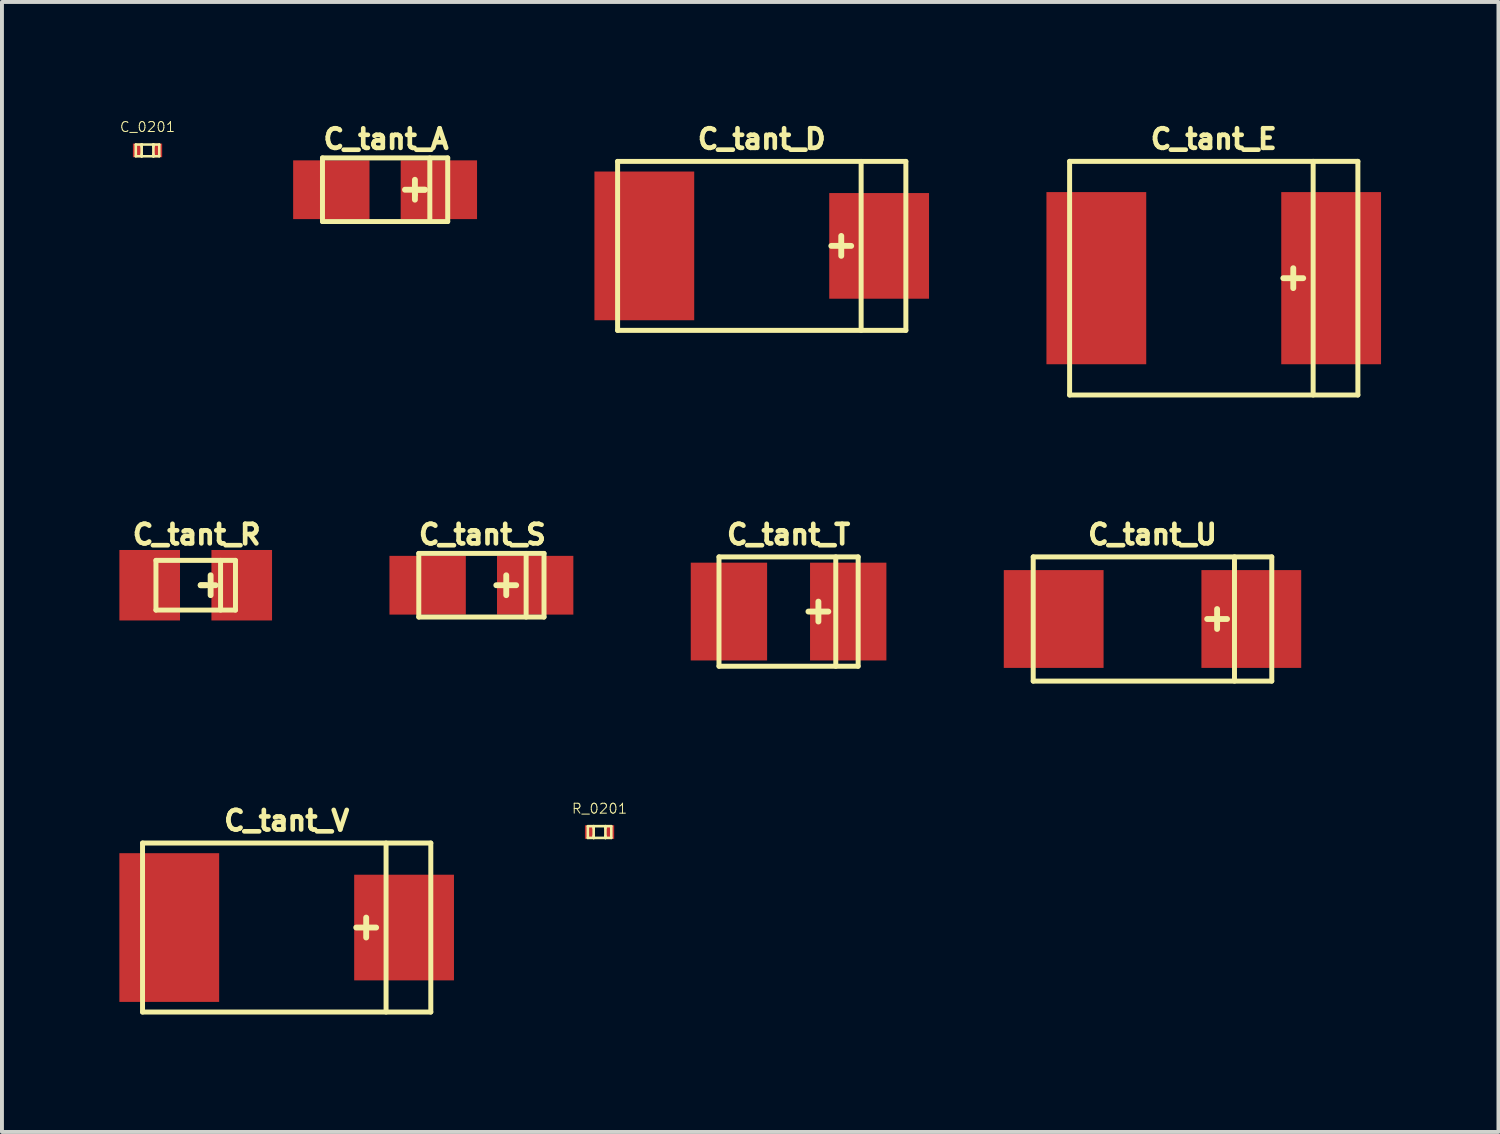
<source format=kicad_pcb>
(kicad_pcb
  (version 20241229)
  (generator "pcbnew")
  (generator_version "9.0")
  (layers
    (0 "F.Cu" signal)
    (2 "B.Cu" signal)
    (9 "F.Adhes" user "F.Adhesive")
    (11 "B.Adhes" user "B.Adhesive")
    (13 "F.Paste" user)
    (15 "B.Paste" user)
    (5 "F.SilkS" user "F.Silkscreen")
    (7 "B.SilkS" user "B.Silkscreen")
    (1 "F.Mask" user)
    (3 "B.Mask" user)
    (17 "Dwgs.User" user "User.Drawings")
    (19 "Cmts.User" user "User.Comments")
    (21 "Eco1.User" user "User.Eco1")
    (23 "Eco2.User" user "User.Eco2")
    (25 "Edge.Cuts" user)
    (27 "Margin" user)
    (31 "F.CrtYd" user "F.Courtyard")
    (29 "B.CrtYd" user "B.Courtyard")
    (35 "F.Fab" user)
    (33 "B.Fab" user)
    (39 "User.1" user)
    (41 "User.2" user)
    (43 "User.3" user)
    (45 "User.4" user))
  (footprint "C_tant_V"
    (layer "F.Cu")
    (at 4.275 20.651)
    (property "Reference" "C_tant_V" (at 0 -2.731 0) (layer "F.SilkS") (effects (font (size 0.5 0.5) (thickness 0.119))))
    (attr through_hole)
    (fp_line (start -3.683 -2.159) (end -3.683 2.159) (stroke (width 0.127) (type solid)) (layer "F.SilkS"))
    (fp_line (start -3.683 2.159) (end 3.683 2.159) (stroke (width 0.127) (type solid)) (layer "F.SilkS"))
    (fp_line (start 2.032 -0.254) (end 2.032 0.254) (stroke (width 0.15) (type solid)) (layer "F.SilkS"))
    (fp_line (start 2.286 0) (end 1.778 0) (stroke (width 0.15) (type solid)) (layer "F.SilkS"))
    (fp_line (start 2.54 -2.159) (end 2.54 2.159) (stroke (width 0.127) (type solid)) (layer "F.SilkS"))
    (fp_line (start 3.683 -2.159) (end -3.683 -2.159) (stroke (width 0.127) (type solid)) (layer "F.SilkS"))
    (fp_line (start 3.683 2.159) (end 3.683 -2.159) (stroke (width 0.127) (type solid)) (layer "F.SilkS"))
    (pad "1" smd rect (at 3 0) (size 2.55 2.7) (layers "F.Cu" "F.Mask" "F.Paste"))
    (pad "2" smd rect (at -3 0) (size 2.55 3.8) (layers "F.Cu" "F.Mask" "F.Paste")))
  (footprint "R_0201"
    (layer "F.Cu")
    (at 12.27 18.211)
    (property "Reference" "R_0201" (at 0 -0.599 0) (layer "F.SilkS") (effects (font (size 0.254 0.254) (thickness 0.025))))
    (attr smd)
    (fp_line (start -0.3 -0.15) (end -0.15 -0.15) (stroke (width 0.066) (type solid)) (layer "F.SilkS"))
    (fp_line (start -0.3 0.15) (end -0.3 -0.15) (stroke (width 0.066) (type solid)) (layer "F.SilkS"))
    (fp_line (start -0.3 0.15) (end -0.15 0.15) (stroke (width 0.066) (type solid)) (layer "F.SilkS"))
    (fp_line (start -0.15 -0.15) (end 0.15 -0.15) (stroke (width 0.066) (type solid)) (layer "F.SilkS"))
    (fp_line (start -0.15 -0.099) (end -0.15 -0.15) (stroke (width 0.066) (type solid)) (layer "F.SilkS"))
    (fp_line (start -0.15 0.15) (end -0.15 -0.15) (stroke (width 0.066) (type solid)) (layer "F.SilkS"))
    (fp_line (start -0.15 0.15) (end -0.15 0.099) (stroke (width 0.066) (type solid)) (layer "F.SilkS"))
    (fp_line (start -0.15 0.15) (end 0.15 0.15) (stroke (width 0.066) (type solid)) (layer "F.SilkS"))
    (fp_line (start 0.15 -0.15) (end 0.3 -0.15) (stroke (width 0.066) (type solid)) (layer "F.SilkS"))
    (fp_line (start 0.15 -0.099) (end 0.15 -0.15) (stroke (width 0.066) (type solid)) (layer "F.SilkS"))
    (fp_line (start 0.15 0.15) (end 0.15 -0.15) (stroke (width 0.066) (type solid)) (layer "F.SilkS"))
    (fp_line (start 0.15 0.15) (end 0.15 0.099) (stroke (width 0.066) (type solid)) (layer "F.SilkS"))
    (fp_line (start 0.15 0.15) (end 0.3 0.15) (stroke (width 0.066) (type solid)) (layer "F.SilkS"))
    (fp_line (start 0.3 0.15) (end 0.3 -0.15) (stroke (width 0.066) (type solid)) (layer "F.SilkS"))
    (pad "1" smd rect (at -0.249 0) (size 0.249 0.348) (layers "F.Cu" "F.Mask" "F.Paste"))
    (pad "2" smd rect (at 0.249 0) (size 0.249 0.348) (layers "F.Cu" "F.Mask" "F.Paste")))
  (footprint "C_tant_U"
    (layer "F.Cu")
    (at 26.399 12.767)
    (property "Reference" "C_tant_U" (at 0 -2.159 0) (layer "F.SilkS") (effects (font (size 0.5 0.5) (thickness 0.119))))
    (attr through_hole)
    (fp_line (start -3.048 -1.587) (end -3.048 1.587) (stroke (width 0.127) (type solid)) (layer "F.SilkS"))
    (fp_line (start -3.048 1.587) (end 3.048 1.587) (stroke (width 0.127) (type solid)) (layer "F.SilkS"))
    (fp_line (start 1.651 -0.254) (end 1.651 0.254) (stroke (width 0.15) (type solid)) (layer "F.SilkS"))
    (fp_line (start 1.905 0) (end 1.397 0) (stroke (width 0.15) (type solid)) (layer "F.SilkS"))
    (fp_line (start 2.095 -1.587) (end 2.095 1.587) (stroke (width 0.127) (type solid)) (layer "F.SilkS"))
    (fp_line (start 3.048 -1.587) (end -3.048 -1.587) (stroke (width 0.127) (type solid)) (layer "F.SilkS"))
    (fp_line (start 3.048 1.587) (end 3.048 -1.587) (stroke (width 0.127) (type solid)) (layer "F.SilkS"))
    (pad "1" smd rect (at 2.525 0) (size 2.55 2.499) (layers "F.Cu" "F.Mask" "F.Paste"))
    (pad "2" smd rect (at -2.525 0) (size 2.55 2.499) (layers "F.Cu" "F.Mask" "F.Paste")))
  (footprint "C_tant_T"
    (layer "F.Cu")
    (at 17.1 12.577)
    (property "Reference" "C_tant_T" (at 0 -1.968 0) (layer "F.SilkS") (effects (font (size 0.5 0.5) (thickness 0.119))))
    (attr through_hole)
    (fp_line (start -1.778 -1.397) (end -1.778 1.397) (stroke (width 0.127) (type solid)) (layer "F.SilkS"))
    (fp_line (start -1.778 1.397) (end 1.778 1.397) (stroke (width 0.127) (type solid)) (layer "F.SilkS"))
    (fp_line (start 0.762 0.254) (end 0.762 -0.254) (stroke (width 0.15) (type solid)) (layer "F.SilkS"))
    (fp_line (start 1.016 0) (end 0.508 0) (stroke (width 0.15) (type solid)) (layer "F.SilkS"))
    (fp_line (start 1.206 -1.397) (end 1.206 1.397) (stroke (width 0.127) (type solid)) (layer "F.SilkS"))
    (fp_line (start 1.778 -1.397) (end -1.778 -1.397) (stroke (width 0.127) (type solid)) (layer "F.SilkS"))
    (fp_line (start 1.778 1.397) (end 1.778 -1.397) (stroke (width 0.127) (type solid)) (layer "F.SilkS"))
    (pad "1" smd rect (at 1.524 0) (size 1.951 2.499) (layers "F.Cu" "F.Mask" "F.Paste"))
    (pad "2" smd rect (at -1.524 0) (size 1.951 2.499) (layers "F.Cu" "F.Mask" "F.Paste")))
  (footprint "C_tant_A"
    (layer "F.Cu")
    (at 6.79 1.798)
    (property "Reference" "C_tant_A" (at 0.025 -1.295 0) (layer "F.SilkS") (effects (font (size 0.5 0.5) (thickness 0.119))))
    (attr through_hole)
    (fp_line (start -1.6 -0.813) (end -1.6 0.813) (stroke (width 0.127) (type solid)) (layer "F.SilkS"))
    (fp_line (start -1.6 0.813) (end 1.6 0.813) (stroke (width 0.127) (type solid)) (layer "F.SilkS"))
    (fp_line (start 0.508 0) (end 1.016 0) (stroke (width 0.15) (type solid)) (layer "F.SilkS"))
    (fp_line (start 0.762 0.127) (end 0.762 -0.254) (stroke (width 0.15) (type solid)) (layer "F.SilkS"))
    (fp_line (start 0.762 0.127) (end 0.762 0.254) (stroke (width 0.15) (type solid)) (layer "F.SilkS"))
    (fp_line (start 1.016 0) (end 0.762 0) (stroke (width 0.15) (type solid)) (layer "F.SilkS"))
    (fp_line (start 1.143 0.813) (end 1.143 -0.813) (stroke (width 0.127) (type solid)) (layer "F.SilkS"))
    (fp_line (start 1.6 -0.813) (end -1.6 -0.813) (stroke (width 0.127) (type solid)) (layer "F.SilkS"))
    (fp_line (start 1.6 0.813) (end 1.6 -0.813) (stroke (width 0.127) (type solid)) (layer "F.SilkS"))
    (pad "1" smd rect (at 1.374 0) (size 1.951 1.501) (layers "F.Cu" "F.Mask" "F.Paste"))
    (pad "2" smd rect (at -1.374 0) (size 1.951 1.501) (layers "F.Cu" "F.Mask" "F.Paste")))
  (footprint "C_tant_E"
    (layer "F.Cu")
    (at 27.964 4.058)
    (property "Reference" "C_tant_E" (at 0 -3.556 0) (layer "F.SilkS") (effects (font (size 0.5 0.5) (thickness 0.119))))
    (attr through_hole)
    (fp_line (start -3.683 -2.985) (end -3.683 2.985) (stroke (width 0.127) (type solid)) (layer "F.SilkS"))
    (fp_line (start -3.683 2.985) (end 3.683 2.985) (stroke (width 0.127) (type solid)) (layer "F.SilkS"))
    (fp_line (start 1.778 0) (end 2.286 0) (stroke (width 0.15) (type solid)) (layer "F.SilkS"))
    (fp_line (start 2.032 -0.254) (end 2.032 0.254) (stroke (width 0.15) (type solid)) (layer "F.SilkS"))
    (fp_line (start 2.54 2.985) (end 2.54 -2.985) (stroke (width 0.127) (type solid)) (layer "F.SilkS"))
    (fp_line (start 3.683 -2.985) (end -3.683 -2.985) (stroke (width 0.127) (type solid)) (layer "F.SilkS"))
    (fp_line (start 3.683 -2.985) (end 3.683 2.985) (stroke (width 0.127) (type solid)) (layer "F.SilkS"))
    (pad "1" smd rect (at 3 0) (size 2.55 4.399) (layers "F.Cu" "F.Mask" "F.Paste"))
    (pad "2" smd rect (at -3 0) (size 2.55 4.399) (layers "F.Cu" "F.Mask" "F.Paste")))
  (footprint "C_tant_D"
    (layer "F.Cu")
    (at 16.414 3.233)
    (property "Reference" "C_tant_D" (at 0 -2.731 0) (layer "F.SilkS") (effects (font (size 0.5 0.5) (thickness 0.119))))
    (attr through_hole)
    (fp_line (start -3.683 -2.159) (end -3.683 2.159) (stroke (width 0.127) (type solid)) (layer "F.SilkS"))
    (fp_line (start -3.683 2.159) (end 3.683 2.159) (stroke (width 0.127) (type solid)) (layer "F.SilkS"))
    (fp_line (start 1.778 0) (end 2.286 0) (stroke (width 0.15) (type solid)) (layer "F.SilkS"))
    (fp_line (start 2.032 -0.254) (end 2.032 0.254) (stroke (width 0.15) (type solid)) (layer "F.SilkS"))
    (fp_line (start 2.54 -2.159) (end 2.54 2.159) (stroke (width 0.127) (type solid)) (layer "F.SilkS"))
    (fp_line (start 3.683 -2.159) (end -3.683 -2.159) (stroke (width 0.127) (type solid)) (layer "F.SilkS"))
    (fp_line (start 3.683 2.159) (end 3.683 -2.159) (stroke (width 0.127) (type solid)) (layer "F.SilkS"))
    (pad "1" smd rect (at 3 0) (size 2.55 2.7) (layers "F.Cu" "F.Mask" "F.Paste"))
    (pad "2" smd rect (at -3 0) (size 2.55 3.8) (layers "F.Cu" "F.Mask" "F.Paste")))
  (footprint "C_tant_S"
    (layer "F.Cu")
    (at 9.251 11.904)
    (property "Reference" "C_tant_S" (at 0.025 -1.295 0) (layer "F.SilkS") (effects (font (size 0.5 0.5) (thickness 0.119))))
    (attr through_hole)
    (fp_line (start -1.6 -0.813) (end -1.6 0.813) (stroke (width 0.127) (type solid)) (layer "F.SilkS"))
    (fp_line (start -1.6 0.813) (end 1.6 0.813) (stroke (width 0.127) (type solid)) (layer "F.SilkS"))
    (fp_line (start 0.635 -0.254) (end 0.635 0.254) (stroke (width 0.15) (type solid)) (layer "F.SilkS"))
    (fp_line (start 0.889 0) (end 0.381 0) (stroke (width 0.15) (type solid)) (layer "F.SilkS"))
    (fp_line (start 1.143 0.813) (end 1.143 -0.813) (stroke (width 0.127) (type solid)) (layer "F.SilkS"))
    (fp_line (start 1.6 -0.813) (end -1.6 -0.813) (stroke (width 0.127) (type solid)) (layer "F.SilkS"))
    (fp_line (start 1.6 0.813) (end 1.6 -0.813) (stroke (width 0.127) (type solid)) (layer "F.SilkS"))
    (pad "1" smd rect (at 1.374 0) (size 1.951 1.501) (layers "F.Cu" "F.Mask" "F.Paste"))
    (pad "2" smd rect (at -1.374 0) (size 1.951 1.501) (layers "F.Cu" "F.Mask" "F.Paste")))
  (footprint "C_0201"
    (layer "F.Cu")
    (at 0.72 0.793)
    (property "Reference" "C_0201" (at 0 -0.599 0) (layer "F.SilkS") (effects (font (size 0.254 0.254) (thickness 0.025))))
    (attr smd)
    (fp_line (start -0.3 -0.15) (end -0.15 -0.15) (stroke (width 0.066) (type solid)) (layer "F.SilkS"))
    (fp_line (start -0.3 0.15) (end -0.3 -0.15) (stroke (width 0.066) (type solid)) (layer "F.SilkS"))
    (fp_line (start -0.3 0.15) (end -0.15 0.15) (stroke (width 0.066) (type solid)) (layer "F.SilkS"))
    (fp_line (start -0.15 -0.15) (end 0.15 -0.15) (stroke (width 0.066) (type solid)) (layer "F.SilkS"))
    (fp_line (start -0.15 -0.099) (end -0.15 -0.15) (stroke (width 0.066) (type solid)) (layer "F.SilkS"))
    (fp_line (start -0.15 0.15) (end -0.15 -0.15) (stroke (width 0.066) (type solid)) (layer "F.SilkS"))
    (fp_line (start -0.15 0.15) (end -0.15 0.099) (stroke (width 0.066) (type solid)) (layer "F.SilkS"))
    (fp_line (start -0.15 0.15) (end 0.15 0.15) (stroke (width 0.066) (type solid)) (layer "F.SilkS"))
    (fp_line (start 0.15 -0.15) (end 0.3 -0.15) (stroke (width 0.066) (type solid)) (layer "F.SilkS"))
    (fp_line (start 0.15 -0.099) (end 0.15 -0.15) (stroke (width 0.066) (type solid)) (layer "F.SilkS"))
    (fp_line (start 0.15 0.15) (end 0.15 -0.15) (stroke (width 0.066) (type solid)) (layer "F.SilkS"))
    (fp_line (start 0.15 0.15) (end 0.15 0.099) (stroke (width 0.066) (type solid)) (layer "F.SilkS"))
    (fp_line (start 0.15 0.15) (end 0.3 0.15) (stroke (width 0.066) (type solid)) (layer "F.SilkS"))
    (fp_line (start 0.3 0.15) (end 0.3 -0.15) (stroke (width 0.066) (type solid)) (layer "F.SilkS"))
    (pad "1" smd rect (at -0.249 0) (size 0.249 0.348) (layers "F.Cu" "F.Mask" "F.Paste"))
    (pad "2" smd rect (at 0.249 0) (size 0.249 0.348) (layers "F.Cu" "F.Mask" "F.Paste")))
  (footprint "C_tant_R"
    (layer "F.Cu")
    (at 1.951 11.904)
    (property "Reference" "C_tant_R" (at 0.025 -1.295 0) (layer "F.SilkS") (effects (font (size 0.5 0.5) (thickness 0.119))))
    (attr through_hole)
    (fp_line (start -1.016 -0.635) (end -1.016 0.635) (stroke (width 0.127) (type solid)) (layer "F.SilkS"))
    (fp_line (start -1.016 0.635) (end 1.016 0.635) (stroke (width 0.127) (type solid)) (layer "F.SilkS"))
    (fp_line (start 0.127 0) (end 0.254 0) (stroke (width 0.15) (type solid)) (layer "F.SilkS"))
    (fp_line (start 0.381 -0.254) (end 0.381 0.254) (stroke (width 0.15) (type solid)) (layer "F.SilkS"))
    (fp_line (start 0.508 0) (end 0.127 0) (stroke (width 0.15) (type solid)) (layer "F.SilkS"))
    (fp_line (start 0.635 -0.635) (end 0.635 0.635) (stroke (width 0.127) (type solid)) (layer "F.SilkS"))
    (fp_line (start 1.016 -0.635) (end -1.016 -0.635) (stroke (width 0.127) (type solid)) (layer "F.SilkS"))
    (fp_line (start 1.016 0.635) (end 1.016 -0.635) (stroke (width 0.127) (type solid)) (layer "F.SilkS"))
    (pad "1" smd rect (at 1.176 0) (size 1.549 1.801) (layers "F.Cu" "F.Mask" "F.Paste"))
    (pad "2" smd rect (at -1.176 0) (size 1.549 1.801) (layers "F.Cu" "F.Mask" "F.Paste")))
  (gr_rect
    (start -3 -3)
    (end 35.239 25.874)
    (stroke (width 0.1) (type default))
    (fill no)
    (layer "Edge.Cuts")))
</source>
